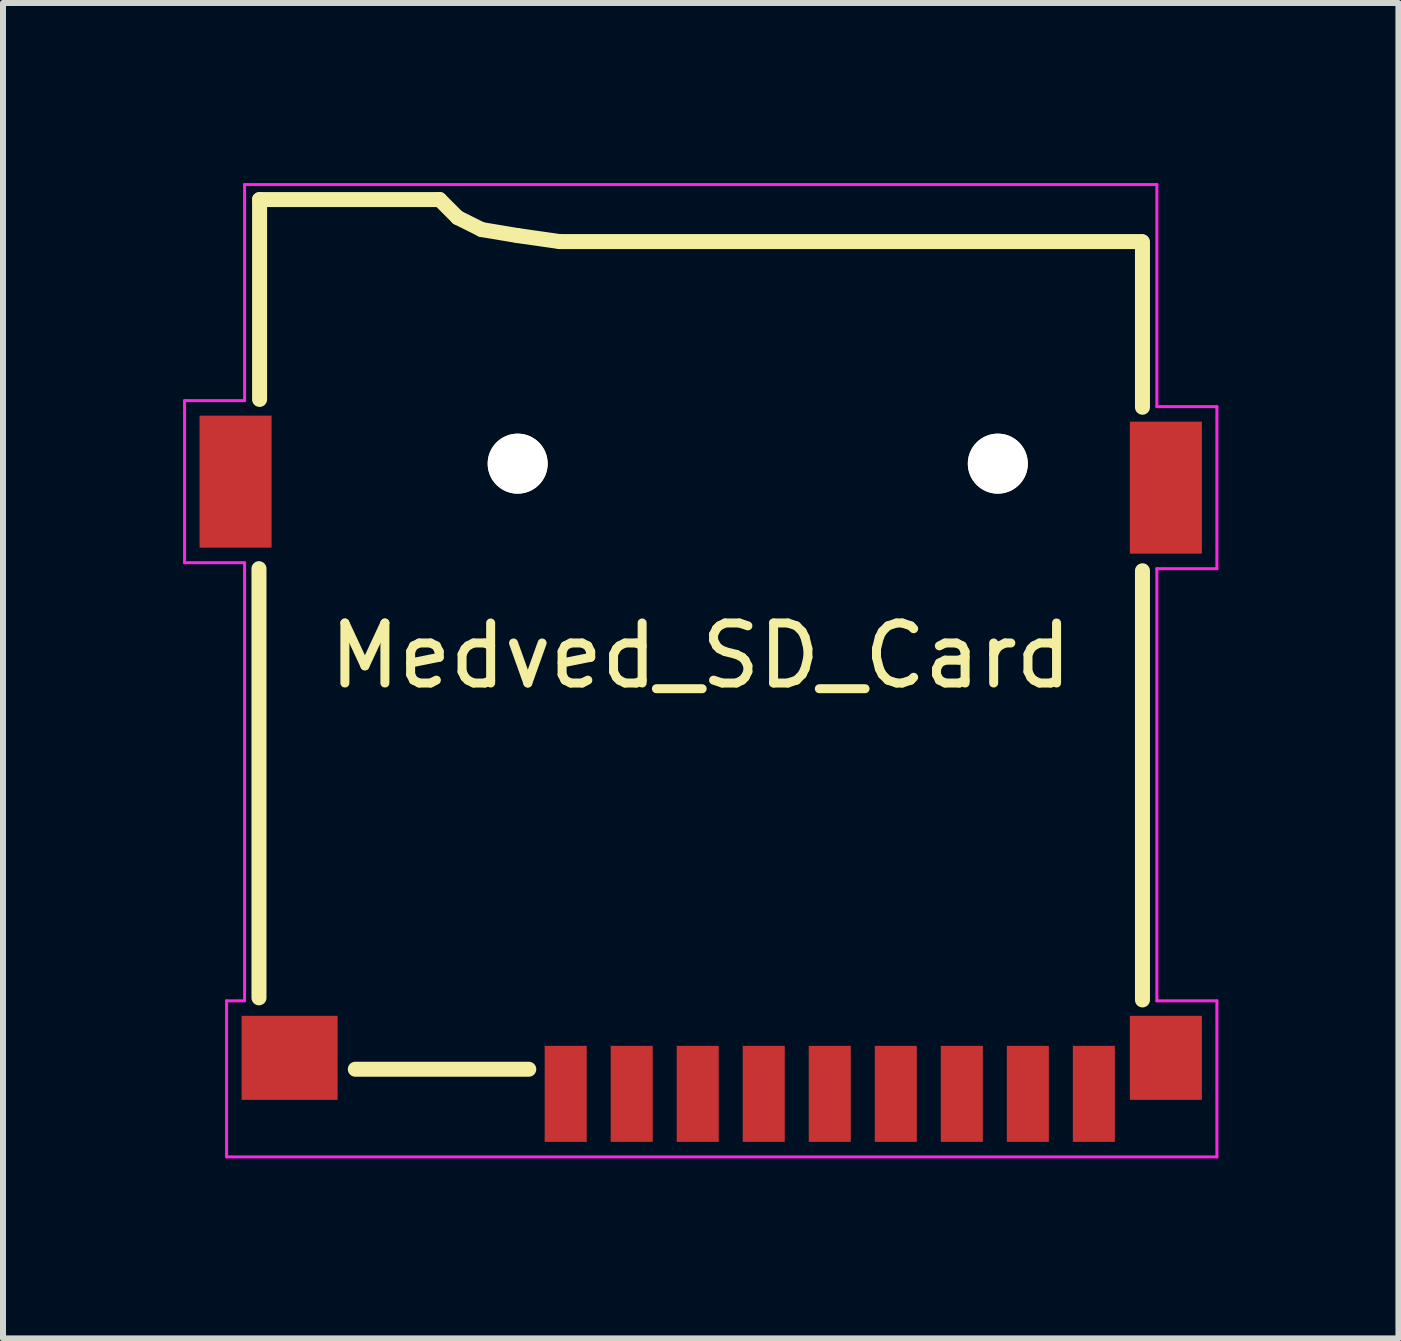
<source format=kicad_pcb>
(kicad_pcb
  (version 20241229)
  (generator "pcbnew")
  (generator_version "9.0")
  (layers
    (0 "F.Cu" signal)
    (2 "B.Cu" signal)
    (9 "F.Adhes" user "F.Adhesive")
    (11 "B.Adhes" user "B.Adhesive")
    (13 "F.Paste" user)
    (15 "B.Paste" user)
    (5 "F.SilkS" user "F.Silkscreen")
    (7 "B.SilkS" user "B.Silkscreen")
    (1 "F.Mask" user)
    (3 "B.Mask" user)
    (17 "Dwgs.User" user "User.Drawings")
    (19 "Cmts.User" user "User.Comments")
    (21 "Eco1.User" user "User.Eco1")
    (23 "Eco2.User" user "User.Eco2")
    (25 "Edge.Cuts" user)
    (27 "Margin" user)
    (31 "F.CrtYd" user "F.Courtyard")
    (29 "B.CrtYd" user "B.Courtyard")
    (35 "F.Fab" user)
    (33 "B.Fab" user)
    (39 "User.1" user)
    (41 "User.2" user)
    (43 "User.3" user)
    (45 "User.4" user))
  (footprint "Medved_SD_Card"
    (layer "F.Cu")
    (at 8.625 15.975)
    (property "Reference" "Medved_SD_Card" (at 0 -8.1 0) (layer "F.SilkS") (effects (font (size 1 1) (thickness 0.15))))
    (attr through_hole)
    (fp_line (start -7.36 -9.55) (end -7.36 -2.4) (stroke (width 0.25) (type solid)) (layer "F.SilkS"))
    (fp_line (start -7.35 -15.7) (end -7.35 -12.37) (stroke (width 0.25) (type solid)) (layer "F.SilkS"))
    (fp_line (start -4.35 -15.7) (end -7.35 -15.7) (stroke (width 0.25) (type solid)) (layer "F.SilkS"))
    (fp_line (start -4.05 -15.4) (end -4.35 -15.7) (stroke (width 0.25) (type solid)) (layer "F.SilkS"))
    (fp_line (start -3.65 -15.2) (end -4.05 -15.4) (stroke (width 0.25) (type solid)) (layer "F.SilkS"))
    (fp_line (start -3.05 -15.1) (end -3.65 -15.2) (stroke (width 0.25) (type solid)) (layer "F.SilkS"))
    (fp_line (start -2.865 -1.21) (end -5.755 -1.21) (stroke (width 0.25) (type solid)) (layer "F.SilkS"))
    (fp_line (start -2.35 -15) (end -3.05 -15.1) (stroke (width 0.25) (type solid)) (layer "F.SilkS"))
    (fp_line (start 7.35 -15) (end -2.35 -15) (stroke (width 0.25) (type solid)) (layer "F.SilkS"))
    (fp_line (start 7.36 -14.995) (end 7.36 -12.24) (stroke (width 0.25) (type solid)) (layer "F.SilkS"))
    (fp_line (start 7.36 -9.515) (end 7.36 -2.365) (stroke (width 0.25) (type solid)) (layer "F.SilkS"))
    (fp_line (start -8.6 -12.35) (end -8.6 -9.65) (stroke (width 0.05) (type solid)) (layer "F.CrtYd"))
    (fp_line (start -8.6 -12.35) (end -7.6 -12.35) (stroke (width 0.05) (type solid)) (layer "F.CrtYd"))
    (fp_line (start -8.6 -9.65) (end -7.6 -9.65) (stroke (width 0.05) (type solid)) (layer "F.CrtYd"))
    (fp_line (start -7.9 -2.35) (end -7.9 0.25) (stroke (width 0.05) (type solid)) (layer "F.CrtYd"))
    (fp_line (start -7.9 0.25) (end 8.6 0.25) (stroke (width 0.05) (type solid)) (layer "F.CrtYd"))
    (fp_line (start -7.6 -15.95) (end 7.6 -15.95) (stroke (width 0.05) (type solid)) (layer "F.CrtYd"))
    (fp_line (start -7.6 -12.35) (end -7.6 -15.95) (stroke (width 0.05) (type solid)) (layer "F.CrtYd"))
    (fp_line (start -7.6 -9.65) (end -7.6 -2.35) (stroke (width 0.05) (type solid)) (layer "F.CrtYd"))
    (fp_line (start -7.6 -2.35) (end -7.9 -2.35) (stroke (width 0.05) (type solid)) (layer "F.CrtYd"))
    (fp_line (start 7.6 -15.95) (end 7.6 -12.25) (stroke (width 0.05) (type solid)) (layer "F.CrtYd"))
    (fp_line (start 7.6 -12.25) (end 8.6 -12.25) (stroke (width 0.05) (type solid)) (layer "F.CrtYd"))
    (fp_line (start 7.6 -9.55) (end 7.6 -2.35) (stroke (width 0.05) (type solid)) (layer "F.CrtYd"))
    (fp_line (start 7.6 -9.55) (end 8.6 -9.55) (stroke (width 0.05) (type solid)) (layer "F.CrtYd"))
    (fp_line (start 7.6 -2.35) (end 8.6 -2.35) (stroke (width 0.05) (type solid)) (layer "F.CrtYd"))
    (fp_line (start 8.6 -12.25) (end 8.6 -9.55) (stroke (width 0.05) (type solid)) (layer "F.CrtYd"))
    (fp_line (start 8.6 -2.35) (end 8.6 0.25) (stroke (width 0.05) (type solid)) (layer "F.CrtYd"))
    (pad "" smd rect (at -6.85 -1.4) (size 1.6 1.4) (layers "F.Cu" "F.Mask" "F.Paste"))
    (pad "" np_thru_hole circle (at -3.05 -11.3 180) (size 1 1) (drill 1) (layers "*.Cu" "*.Mask" "F.SilkS"))
    (pad "" np_thru_hole circle (at 4.95 -11.3 180) (size 1 1) (drill 1) (layers "*.Cu" "*.Mask" "F.SilkS"))
    (pad "" smd rect (at 7.75 -10.9 180) (size 1.2 2.2) (layers "F.Cu" "F.Mask" "F.Paste"))
    (pad "1" smd rect (at -2.25 -0.8) (size 0.7 1.6) (layers "F.Cu" "F.Mask" "F.Paste"))
    (pad "2" smd rect (at -1.15 -0.8) (size 0.7 1.6) (layers "F.Cu" "F.Mask" "F.Paste"))
    (pad "3" smd rect (at -0.05 -0.8) (size 0.7 1.6) (layers "F.Cu" "F.Mask" "F.Paste"))
    (pad "4" smd rect (at 1.05 -0.8) (size 0.7 1.6) (layers "F.Cu" "F.Mask" "F.Paste"))
    (pad "5" smd rect (at 2.15 -0.8) (size 0.7 1.6) (layers "F.Cu" "F.Mask" "F.Paste"))
    (pad "6" smd rect (at 3.25 -0.8) (size 0.7 1.6) (layers "F.Cu" "F.Mask" "F.Paste"))
    (pad "7" smd rect (at 4.35 -0.8) (size 0.7 1.6) (layers "F.Cu" "F.Mask" "F.Paste"))
    (pad "8" smd rect (at 5.45 -0.8) (size 0.7 1.6) (layers "F.Cu" "F.Mask" "F.Paste"))
    (pad "9" smd rect (at 6.55 -0.8) (size 0.7 1.6) (layers "F.Cu" "F.Mask" "F.Paste"))
    (pad "10" smd rect (at 7.75 -1.4) (size 1.2 1.4) (layers "F.Cu" "F.Mask" "F.Paste"))
    (pad "~" smd rect (at -7.75 -11 180) (size 1.2 2.2) (layers "F.Cu" "F.Mask" "F.Paste")))
  (gr_rect
    (start -3 -3)
    (end 20.25 19.25)
    (stroke (width 0.1) (type default))
    (fill no)
    (layer "Edge.Cuts")))
</source>
